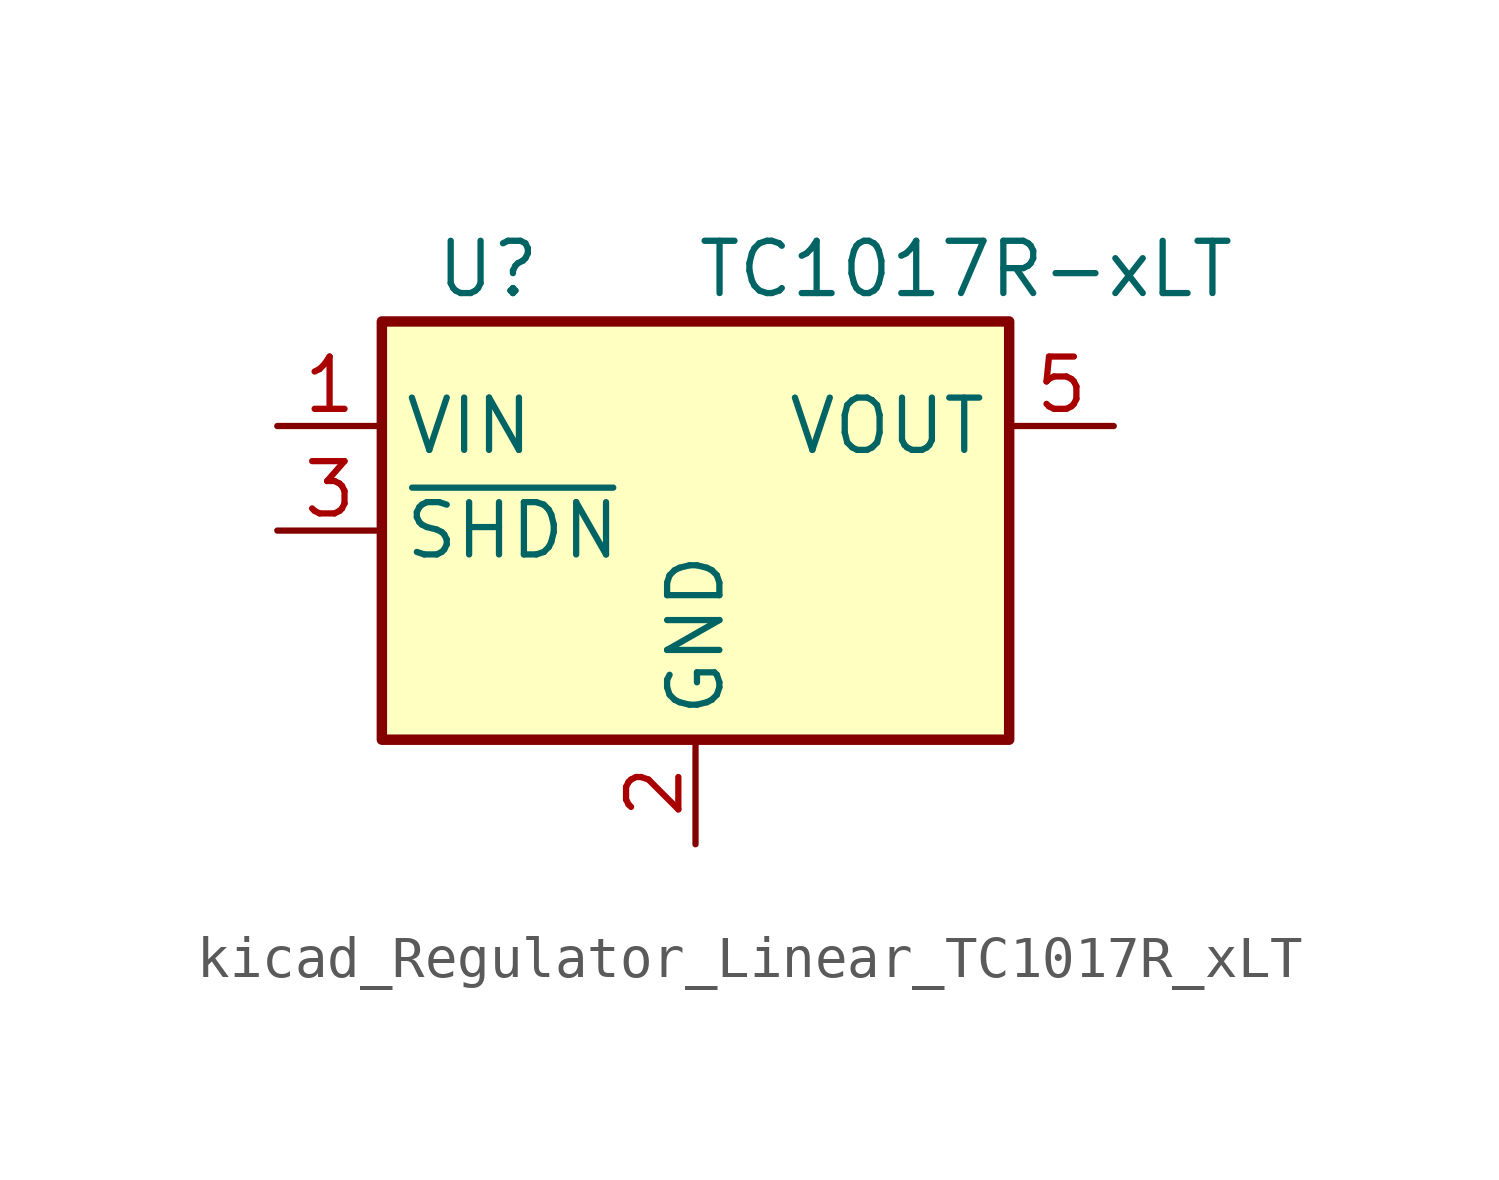
<source format=kicad_sym>
(kicad_symbol_lib
  (version 20220914)
  (generator kicad_symbol_editor)
  (symbol "kicad_Regulator_Linear_TC1017R_xLT"
    (property "Reference" "U"
      (at -6.35 6.35 0)
      (effects (font (size 1.27 1.27)) (justify left)))
    (property "Value" "TC1017R-xLT"
      (at 0 6.35 0)
      (effects (font (size 1.27 1.27)) (justify left)))
    (symbol "kicad_Regulator_Linear_TC1017R_xLT_0_1"
      (rectangle (start -7.62 5.08) (end 7.62 -5.08) (stroke (width 0.254) (type default)) (fill (type background))))
    (symbol "kicad_Regulator_Linear_TC1017R_xLT_1_1"
      (pin power_in line (at -10.16 2.54 0) (length 2.54) (name "VIN" (effects (font (size 1.27 1.27)))) (number "1" (effects (font (size 1.27 1.27)))))
      (pin power_in line (at 0 -7.62 90) (length 2.54) (name "GND" (effects (font (size 1.27 1.27)))) (number "2" (effects (font (size 1.27 1.27)))))
      (pin input line (at -10.16 0 0) (length 2.54) (name "~{SHDN}" (effects (font (size 1.27 1.27)))) (number "3" (effects (font (size 1.27 1.27)))))
      (pin no_connect line (at 7.62 0 180) (length 2.54) hide (name "NC" (effects (font (size 1.27 1.27)))) (number "4" (effects (font (size 1.27 1.27)))))
      (pin power_out line (at 10.16 2.54 180) (length 2.54) (name "VOUT" (effects (font (size 1.27 1.27)))) (number "5" (effects (font (size 1.27 1.27))))))))
</source>
